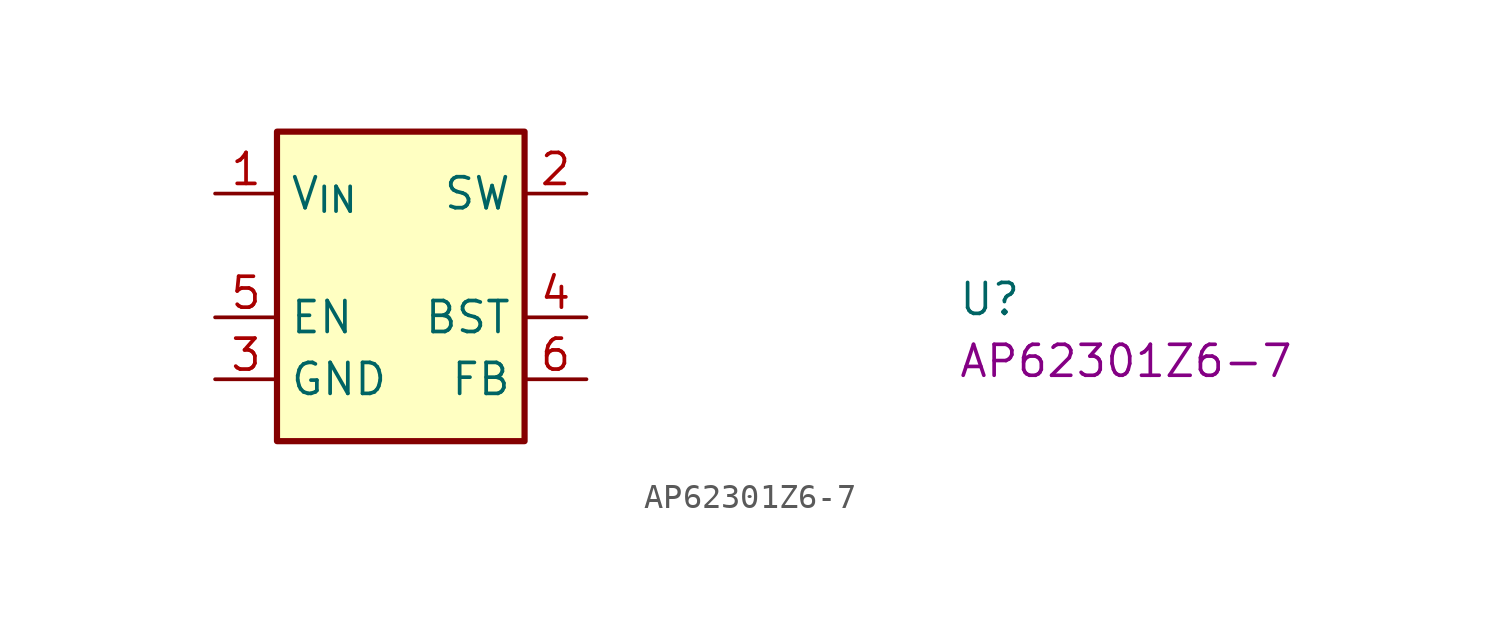
<source format=kicad_sym>
(kicad_symbol_lib
  (version 20220914)
  (generator kicad_symbol_editor)
  (symbol "AP62301Z6-7"
    (property "Reference" "U"
      (at 30.48 -5.08 0)
      (effects (font (size 1.27 1.27) (thickness 0.15)) (justify left bottom)))
    (property "MPN" "AP62301Z6-7"
      (at 30.48 -7.62 0)
      (effects (font (size 1.27 1.27) (thickness 0.15)) (justify left bottom)))
    (symbol "AP62301Z6-7_1_1"
      (rectangle (start 2.54 2.54) (end 12.7 -10.16) (stroke (width 0.254) (type default)) (fill (type background)))
      (pin power_in line (at 0 0 0) (length 2.54) (name "V_{IN}" (effects (font (size 1.27 1.27)))) (number "1" (effects (font (size 1.27 1.27)))))
      (pin power_out line (at 15.24 0 180) (length 2.54) (name "SW" (effects (font (size 1.27 1.27)))) (number "2" (effects (font (size 1.27 1.27)))))
      (pin power_in line (at 0 -7.62 0) (length 2.54) (name "GND" (effects (font (size 1.27 1.27)))) (number "3" (effects (font (size 1.27 1.27)))))
      (pin output line (at 15.24 -5.08 180) (length 2.54) (name "BST" (effects (font (size 1.27 1.27)))) (number "4" (effects (font (size 1.27 1.27)))))
      (pin input line (at 0 -5.08 0) (length 2.54) (name "EN" (effects (font (size 1.27 1.27)))) (number "5" (effects (font (size 1.27 1.27)))))
      (pin input line (at 15.24 -7.62 180) (length 2.54) (name "FB" (effects (font (size 1.27 1.27)))) (number "6" (effects (font (size 1.27 1.27))))))))
</source>
